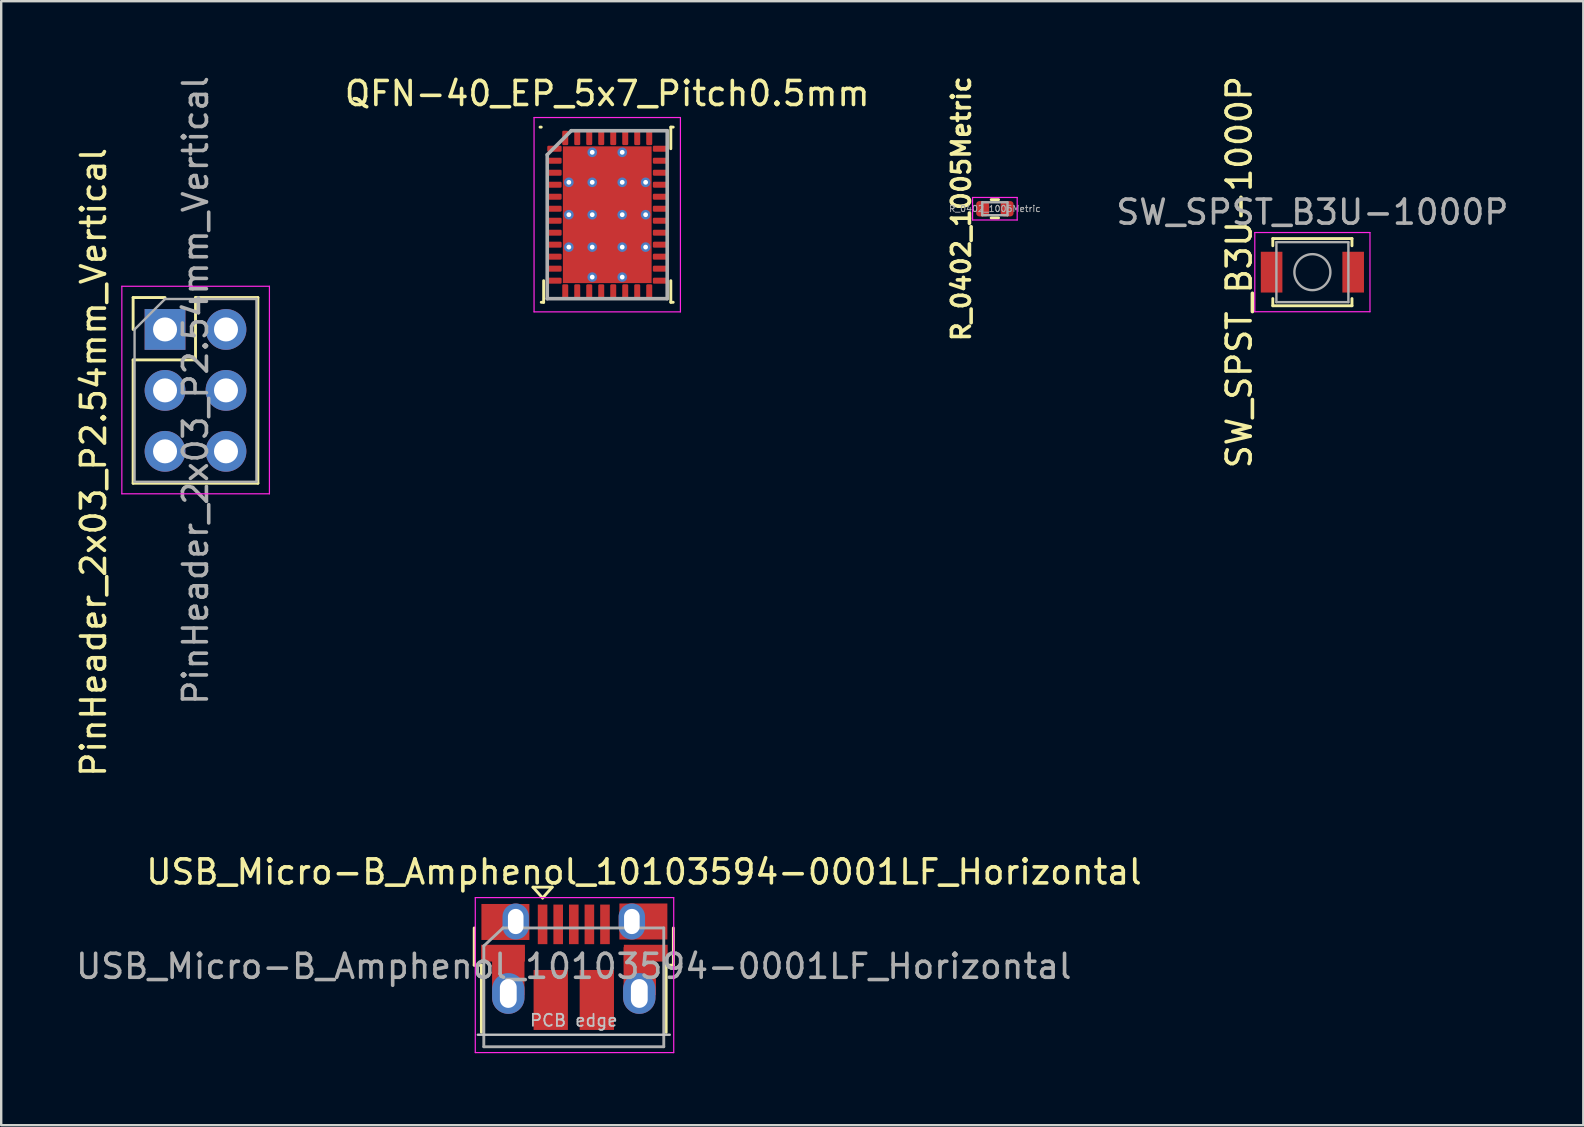
<source format=kicad_pcb>
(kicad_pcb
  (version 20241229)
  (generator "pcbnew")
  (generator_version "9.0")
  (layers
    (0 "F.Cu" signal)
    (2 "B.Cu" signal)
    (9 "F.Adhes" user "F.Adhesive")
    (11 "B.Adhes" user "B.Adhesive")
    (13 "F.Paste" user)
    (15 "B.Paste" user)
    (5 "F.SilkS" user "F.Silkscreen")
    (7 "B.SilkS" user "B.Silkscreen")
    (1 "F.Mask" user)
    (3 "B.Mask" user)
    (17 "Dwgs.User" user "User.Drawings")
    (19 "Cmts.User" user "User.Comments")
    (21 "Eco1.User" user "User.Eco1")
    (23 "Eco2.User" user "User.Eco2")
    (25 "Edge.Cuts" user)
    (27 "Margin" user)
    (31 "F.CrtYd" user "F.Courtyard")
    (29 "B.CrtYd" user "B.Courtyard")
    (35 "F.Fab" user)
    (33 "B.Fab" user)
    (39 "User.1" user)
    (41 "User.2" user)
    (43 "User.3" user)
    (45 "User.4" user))
  (footprint "SW_SPST_B3U-1000P"
    (layer "F.Cu")
    (at 51.645 8.292)
    (property "Reference" "SW_SPST_B3U-1000P" (at -3.05 0 270) (layer "F.SilkS") (effects (font (size 1 1) (thickness 0.15))))
    (attr smd)
    (fp_line (start -1.65 -1.4) (end 1.65 -1.4) (stroke (width 0.12) (type solid)) (layer "F.SilkS"))
    (fp_line (start -1.65 -1.1) (end -1.65 -1.4) (stroke (width 0.12) (type solid)) (layer "F.SilkS"))
    (fp_line (start -1.65 1.1) (end -1.65 1.4) (stroke (width 0.12) (type solid)) (layer "F.SilkS"))
    (fp_line (start -1.65 1.4) (end 1.65 1.4) (stroke (width 0.12) (type solid)) (layer "F.SilkS"))
    (fp_line (start 1.65 -1.4) (end 1.65 -1.1) (stroke (width 0.12) (type solid)) (layer "F.SilkS"))
    (fp_line (start 1.65 1.4) (end 1.65 1.1) (stroke (width 0.12) (type solid)) (layer "F.SilkS"))
    (fp_line (start -2.4 -1.65) (end -2.4 1.65) (stroke (width 0.05) (type solid)) (layer "F.CrtYd"))
    (fp_line (start -2.4 1.65) (end 2.4 1.65) (stroke (width 0.05) (type solid)) (layer "F.CrtYd"))
    (fp_line (start 2.4 -1.65) (end -2.4 -1.65) (stroke (width 0.05) (type solid)) (layer "F.CrtYd"))
    (fp_line (start 2.4 1.65) (end 2.4 -1.65) (stroke (width 0.05) (type solid)) (layer "F.CrtYd"))
    (fp_line (start -1.5 -1.25) (end 1.5 -1.25) (stroke (width 0.1) (type solid)) (layer "F.Fab"))
    (fp_line (start -1.5 1.25) (end -1.5 -1.25) (stroke (width 0.1) (type solid)) (layer "F.Fab"))
    (fp_line (start 1.5 -1.25) (end 1.5 1.25) (stroke (width 0.1) (type solid)) (layer "F.Fab"))
    (fp_line (start 1.5 1.25) (end -1.5 1.25) (stroke (width 0.1) (type solid)) (layer "F.Fab"))
    (fp_circle (center 0 0) (end 0.75 0) (stroke (width 0.1) (type solid)) (fill no) (layer "F.Fab"))
    (fp_text user "${REFERENCE}" (at 0 -2.5 180) (layer "F.Fab") (effects (font (size 1 1) (thickness 0.15))))
    (pad "1" smd rect (at -1.7 0) (size 0.9 1.7) (layers "F.Cu" "F.Mask" "F.Paste"))
    (pad "2" smd rect (at 1.7 0) (size 0.9 1.7) (layers "F.Cu" "F.Mask" "F.Paste")))
  (footprint "R_0402_1005Metric"
    (layer "F.Cu")
    (at 38.412 5.65)
    (property "Reference" "R_0402_1005Metric" (at -1.4 0 90) (layer "F.SilkS") (effects (font (size 0.75 0.75) (thickness 0.15))))
    (attr smd)
    (fp_line (start -0.154 -0.38) (end 0.154 -0.38) (stroke (width 0.12) (type solid)) (layer "F.SilkS"))
    (fp_line (start -0.154 0.38) (end 0.154 0.38) (stroke (width 0.12) (type solid)) (layer "F.SilkS"))
    (fp_line (start -0.93 -0.47) (end 0.93 -0.47) (stroke (width 0.05) (type solid)) (layer "F.CrtYd"))
    (fp_line (start -0.93 0.47) (end -0.93 -0.47) (stroke (width 0.05) (type solid)) (layer "F.CrtYd"))
    (fp_line (start 0.93 -0.47) (end 0.93 0.47) (stroke (width 0.05) (type solid)) (layer "F.CrtYd"))
    (fp_line (start 0.93 0.47) (end -0.93 0.47) (stroke (width 0.05) (type solid)) (layer "F.CrtYd"))
    (fp_line (start -0.525 -0.27) (end 0.525 -0.27) (stroke (width 0.1) (type solid)) (layer "F.Fab"))
    (fp_line (start -0.525 0.27) (end -0.525 -0.27) (stroke (width 0.1) (type solid)) (layer "F.Fab"))
    (fp_line (start 0.525 -0.27) (end 0.525 0.27) (stroke (width 0.1) (type solid)) (layer "F.Fab"))
    (fp_line (start 0.525 0.27) (end -0.525 0.27) (stroke (width 0.1) (type solid)) (layer "F.Fab"))
    (fp_text user "${REFERENCE}" (at 0 0 180) (layer "F.Fab") (effects (font (size 0.26 0.26) (thickness 0.04))))
    (pad "1" smd roundrect (at -0.51 0) (size 0.54 0.64) (layers "F.Cu" "F.Mask" "F.Paste") (roundrect_rratio 0.25))
    (pad "2" smd roundrect (at 0.51 0) (size 0.54 0.64) (layers "F.Cu" "F.Mask" "F.Paste") (roundrect_rratio 0.25)))
  (footprint "PinHeader_2x03_P2.54mm_Vertical"
    (layer "F.Cu")
    (at 5.098 13.22)
    (property "Reference" "PinHeader_2x03_P2.54mm_Vertical" (at -4.25 3 90) (layer "F.SilkS") (effects (font (size 1 1) (thickness 0.15))))
    (attr through_hole)
    (fp_line (start -2.6 -3.87) (end -1.27 -3.87) (stroke (width 0.12) (type solid)) (layer "F.SilkS"))
    (fp_line (start -2.6 -2.54) (end -2.6 -3.87) (stroke (width 0.12) (type solid)) (layer "F.SilkS"))
    (fp_line (start -2.6 -1.27) (end -2.6 3.87) (stroke (width 0.12) (type solid)) (layer "F.SilkS"))
    (fp_line (start -2.6 -1.27) (end 0 -1.27) (stroke (width 0.12) (type solid)) (layer "F.SilkS"))
    (fp_line (start -2.6 3.87) (end 2.6 3.87) (stroke (width 0.12) (type solid)) (layer "F.SilkS"))
    (fp_line (start 0 -3.87) (end 2.6 -3.87) (stroke (width 0.12) (type solid)) (layer "F.SilkS"))
    (fp_line (start 0 -1.27) (end 0 -3.87) (stroke (width 0.12) (type solid)) (layer "F.SilkS"))
    (fp_line (start 2.6 -3.87) (end 2.6 3.87) (stroke (width 0.12) (type solid)) (layer "F.SilkS"))
    (fp_line (start -3.07 -4.34) (end -3.07 4.31) (stroke (width 0.05) (type solid)) (layer "F.CrtYd"))
    (fp_line (start -3.07 4.31) (end 3.08 4.31) (stroke (width 0.05) (type solid)) (layer "F.CrtYd"))
    (fp_line (start 3.08 -4.34) (end -3.07 -4.34) (stroke (width 0.05) (type solid)) (layer "F.CrtYd"))
    (fp_line (start 3.08 4.31) (end 3.08 -4.34) (stroke (width 0.05) (type solid)) (layer "F.CrtYd"))
    (fp_line (start -2.54 -2.54) (end -1.27 -3.81) (stroke (width 0.1) (type solid)) (layer "F.Fab"))
    (fp_line (start -2.54 3.81) (end -2.54 -2.54) (stroke (width 0.1) (type solid)) (layer "F.Fab"))
    (fp_line (start -1.27 -3.81) (end 2.54 -3.81) (stroke (width 0.1) (type solid)) (layer "F.Fab"))
    (fp_line (start 2.54 -3.81) (end 2.54 3.81) (stroke (width 0.1) (type solid)) (layer "F.Fab"))
    (fp_line (start 2.54 3.81) (end -2.54 3.81) (stroke (width 0.1) (type solid)) (layer "F.Fab"))
    (fp_text user "${REFERENCE}" (at 0 0 270) (layer "F.Fab") (effects (font (size 1 1) (thickness 0.15))))
    (pad "1" thru_hole rect (at -1.27 -2.54) (size 1.7 1.7) (drill 1) (layers "*.Cu" "*.Mask"))
    (pad "2" thru_hole oval (at 1.27 -2.54) (size 1.7 1.7) (drill 1) (layers "*.Cu" "*.Mask"))
    (pad "3" thru_hole oval (at -1.27 0) (size 1.7 1.7) (drill 1) (layers "*.Cu" "*.Mask"))
    (pad "4" thru_hole oval (at 1.27 0) (size 1.7 1.7) (drill 1) (layers "*.Cu" "*.Mask"))
    (pad "5" thru_hole oval (at -1.27 2.54) (size 1.7 1.7) (drill 1) (layers "*.Cu" "*.Mask"))
    (pad "6" thru_hole oval (at 1.27 2.54) (size 1.7 1.7) (drill 1) (layers "*.Cu" "*.Mask")))
  (footprint "QFN-40_EP_5x7_Pitch0.5mm"
    (layer "F.Cu")
    (at 22.257 5.898)
    (property "Reference" "QFN-40_EP_5x7_Pitch0.5mm" (at 0 -5.05 0) (layer "F.SilkS") (effects (font (size 1 1) (thickness 0.15))))
    (attr smd)
    (fp_line (start -2.75 -3.65) (end -2.8 -3.65) (stroke (width 0.12) (type solid)) (layer "F.SilkS"))
    (fp_line (start -2.75 3.65) (end -2.65 3.65) (stroke (width 0.12) (type solid)) (layer "F.SilkS"))
    (fp_line (start -2.65 3.65) (end -2.65 2.75) (stroke (width 0.12) (type solid)) (layer "F.SilkS"))
    (fp_line (start 2.65 -3.65) (end 2.65 -2.75) (stroke (width 0.12) (type solid)) (layer "F.SilkS"))
    (fp_line (start 2.65 3.65) (end 2.65 2.75) (stroke (width 0.12) (type solid)) (layer "F.SilkS"))
    (fp_line (start 2.75 -3.65) (end 2.65 -3.65) (stroke (width 0.12) (type solid)) (layer "F.SilkS"))
    (fp_line (start 2.75 3.65) (end 2.65 3.65) (stroke (width 0.12) (type solid)) (layer "F.SilkS"))
    (fp_line (start -3.05 -4.05) (end 3.05 -4.05) (stroke (width 0.05) (type solid)) (layer "F.CrtYd"))
    (fp_line (start -3.05 4.05) (end -3.05 -4.05) (stroke (width 0.05) (type solid)) (layer "F.CrtYd"))
    (fp_line (start 3.05 -4.05) (end 3.05 4.05) (stroke (width 0.05) (type solid)) (layer "F.CrtYd"))
    (fp_line (start 3.05 4.05) (end -3.05 4.05) (stroke (width 0.05) (type solid)) (layer "F.CrtYd"))
    (fp_line (start -2.5 -2.5) (end -2.5 3.5) (stroke (width 0.15) (type solid)) (layer "F.Fab"))
    (fp_line (start -2.5 3.5) (end 2.5 3.5) (stroke (width 0.15) (type solid)) (layer "F.Fab"))
    (fp_line (start -1.5 -3.5) (end -2.5 -2.5) (stroke (width 0.15) (type solid)) (layer "F.Fab"))
    (fp_line (start 2.5 -3.5) (end -1.5 -3.5) (stroke (width 0.15) (type solid)) (layer "F.Fab"))
    (fp_line (start 2.5 3.5) (end 2.5 -3.5) (stroke (width 0.15) (type solid)) (layer "F.Fab"))
    (pad "1" smd roundrect (at -2.2 -2.75 90) (size 0.25 0.6) (layers "F.Cu" "F.Mask" "F.Paste") (roundrect_rratio 0.2))
    (pad "2" smd roundrect (at -2.2 -2.25 90) (size 0.25 0.6) (layers "F.Cu" "F.Mask" "F.Paste") (roundrect_rratio 0.2))
    (pad "3" smd roundrect (at -2.2 -1.75 90) (size 0.25 0.6) (layers "F.Cu" "F.Mask" "F.Paste") (roundrect_rratio 0.2))
    (pad "4" smd roundrect (at -2.2 -1.25 90) (size 0.25 0.6) (layers "F.Cu" "F.Mask" "F.Paste") (roundrect_rratio 0.2))
    (pad "5" smd roundrect (at -2.2 -0.75 90) (size 0.25 0.6) (layers "F.Cu" "F.Mask" "F.Paste") (roundrect_rratio 0.2))
    (pad "6" smd roundrect (at -2.2 -0.25 90) (size 0.25 0.6) (layers "F.Cu" "F.Mask" "F.Paste") (roundrect_rratio 0.2))
    (pad "7" smd roundrect (at -2.2 0.25 90) (size 0.25 0.6) (layers "F.Cu" "F.Mask" "F.Paste") (roundrect_rratio 0.2))
    (pad "8" smd roundrect (at -2.2 0.75 90) (size 0.25 0.6) (layers "F.Cu" "F.Mask" "F.Paste") (roundrect_rratio 0.2))
    (pad "9" smd roundrect (at -2.2 1.25 90) (size 0.25 0.6) (layers "F.Cu" "F.Mask" "F.Paste") (roundrect_rratio 0.2))
    (pad "10" smd roundrect (at -2.2 1.75 90) (size 0.25 0.6) (layers "F.Cu" "F.Mask" "F.Paste") (roundrect_rratio 0.2))
    (pad "11" smd roundrect (at -2.2 2.25 90) (size 0.25 0.6) (layers "F.Cu" "F.Mask" "F.Paste") (roundrect_rratio 0.2))
    (pad "12" smd roundrect (at -2.2 2.75 90) (size 0.25 0.6) (layers "F.Cu" "F.Mask" "F.Paste") (roundrect_rratio 0.2))
    (pad "13" smd roundrect (at -1.75 3.2 180) (size 0.25 0.6) (layers "F.Cu" "F.Mask" "F.Paste") (roundrect_rratio 0.2))
    (pad "14" smd roundrect (at -1.25 3.2 180) (size 0.25 0.6) (layers "F.Cu" "F.Mask" "F.Paste") (roundrect_rratio 0.2))
    (pad "15" smd roundrect (at -0.75 3.2 180) (size 0.25 0.6) (layers "F.Cu" "F.Mask" "F.Paste") (roundrect_rratio 0.2))
    (pad "16" smd roundrect (at -0.25 3.2 180) (size 0.25 0.6) (layers "F.Cu" "F.Mask" "F.Paste") (roundrect_rratio 0.2))
    (pad "17" smd roundrect (at 0.25 3.2 180) (size 0.25 0.6) (layers "F.Cu" "F.Mask" "F.Paste") (roundrect_rratio 0.2))
    (pad "18" smd roundrect (at 0.75 3.2 180) (size 0.25 0.6) (layers "F.Cu" "F.Mask" "F.Paste") (roundrect_rratio 0.2))
    (pad "19" smd roundrect (at 1.25 3.2 180) (size 0.25 0.6) (layers "F.Cu" "F.Mask" "F.Paste") (roundrect_rratio 0.2))
    (pad "20" smd roundrect (at 1.75 3.2 180) (size 0.25 0.6) (layers "F.Cu" "F.Mask" "F.Paste") (roundrect_rratio 0.2))
    (pad "21" smd roundrect (at 2.2 2.75 90) (size 0.25 0.6) (layers "F.Cu" "F.Mask" "F.Paste") (roundrect_rratio 0.2))
    (pad "22" smd roundrect (at 2.2 2.25 90) (size 0.25 0.6) (layers "F.Cu" "F.Mask" "F.Paste") (roundrect_rratio 0.2))
    (pad "23" smd roundrect (at 2.2 1.75 90) (size 0.25 0.6) (layers "F.Cu" "F.Mask" "F.Paste") (roundrect_rratio 0.2))
    (pad "24" smd roundrect (at 2.2 1.25 90) (size 0.25 0.6) (layers "F.Cu" "F.Mask" "F.Paste") (roundrect_rratio 0.2))
    (pad "25" smd roundrect (at 2.2 0.75 90) (size 0.25 0.6) (layers "F.Cu" "F.Mask" "F.Paste") (roundrect_rratio 0.2))
    (pad "26" smd roundrect (at 2.2 0.25 90) (size 0.25 0.6) (layers "F.Cu" "F.Mask" "F.Paste") (roundrect_rratio 0.2))
    (pad "27" smd roundrect (at 2.2 -0.25 90) (size 0.25 0.6) (layers "F.Cu" "F.Mask" "F.Paste") (roundrect_rratio 0.2))
    (pad "28" smd roundrect (at 2.2 -0.75 90) (size 0.25 0.6) (layers "F.Cu" "F.Mask" "F.Paste") (roundrect_rratio 0.2))
    (pad "29" smd roundrect (at 2.2 -1.25 90) (size 0.25 0.6) (layers "F.Cu" "F.Mask" "F.Paste") (roundrect_rratio 0.2))
    (pad "30" smd roundrect (at 2.2 -1.75 90) (size 0.25 0.6) (layers "F.Cu" "F.Mask" "F.Paste") (roundrect_rratio 0.2))
    (pad "31" smd roundrect (at 2.2 -2.25 90) (size 0.25 0.6) (layers "F.Cu" "F.Mask" "F.Paste") (roundrect_rratio 0.2))
    (pad "32" smd roundrect (at 2.2 -2.75 90) (size 0.25 0.6) (layers "F.Cu" "F.Mask" "F.Paste") (roundrect_rratio 0.2))
    (pad "33" smd roundrect (at 1.75 -3.2 180) (size 0.25 0.6) (layers "F.Cu" "F.Mask" "F.Paste") (roundrect_rratio 0.2))
    (pad "34" smd roundrect (at 1.25 -3.2 180) (size 0.25 0.6) (layers "F.Cu" "F.Mask" "F.Paste") (roundrect_rratio 0.2))
    (pad "35" smd roundrect (at 0.75 -3.2 180) (size 0.25 0.6) (layers "F.Cu" "F.Mask" "F.Paste") (roundrect_rratio 0.2))
    (pad "36" smd roundrect (at 0.25 -3.2 180) (size 0.25 0.6) (layers "F.Cu" "F.Mask" "F.Paste") (roundrect_rratio 0.2))
    (pad "37" smd roundrect (at -0.25 -3.2 180) (size 0.25 0.6) (layers "F.Cu" "F.Mask" "F.Paste") (roundrect_rratio 0.2))
    (pad "38" smd roundrect (at -0.75 -3.2 180) (size 0.25 0.6) (layers "F.Cu" "F.Mask" "F.Paste") (roundrect_rratio 0.2))
    (pad "39" smd roundrect (at -1.25 -3.2 180) (size 0.25 0.6) (layers "F.Cu" "F.Mask" "F.Paste") (roundrect_rratio 0.2))
    (pad "40" smd roundrect (at -1.75 -3.2 180) (size 0.25 0.6) (layers "F.Cu" "F.Mask" "F.Paste") (roundrect_rratio 0.2))
    (pad "41" thru_hole circle (at -1.6 -1.35) (size 0.4 0.4) (drill 0.2) (layers "*.Cu" "*.Mask"))
    (pad "41" thru_hole circle (at -1.6 0) (size 0.4 0.4) (drill 0.2) (layers "*.Cu" "*.Mask"))
    (pad "41" thru_hole circle (at -1.6 1.35) (size 0.4 0.4) (drill 0.2) (layers "*.Cu" "*.Mask"))
    (pad "41" thru_hole circle (at -0.625 -2.6) (size 0.4 0.4) (drill 0.2) (layers "*.Cu" "*.Mask"))
    (pad "41" thru_hole circle (at -0.625 -1.35) (size 0.4 0.4) (drill 0.2) (layers "*.Cu" "*.Mask"))
    (pad "41" thru_hole circle (at -0.625 0) (size 0.4 0.4) (drill 0.2) (layers "*.Cu" "*.Mask"))
    (pad "41" thru_hole circle (at -0.625 1.35) (size 0.4 0.4) (drill 0.2) (layers "*.Cu" "*.Mask"))
    (pad "41" thru_hole circle (at -0.625 2.6) (size 0.4 0.4) (drill 0.2) (layers "*.Cu" "*.Mask"))
    (pad "41" smd rect (at 0 0) (size 3.7 5.7) (layers "F.Cu" "F.Mask" "F.Paste"))
    (pad "41" thru_hole circle (at 0.625 -2.6) (size 0.4 0.4) (drill 0.2) (layers "*.Cu" "*.Mask"))
    (pad "41" thru_hole circle (at 0.625 -1.35) (size 0.4 0.4) (drill 0.2) (layers "*.Cu" "*.Mask"))
    (pad "41" thru_hole circle (at 0.625 0) (size 0.4 0.4) (drill 0.2) (layers "*.Cu" "*.Mask"))
    (pad "41" thru_hole circle (at 0.625 2.6) (size 0.4 0.4) (drill 0.2) (layers "*.Cu" "*.Mask"))
    (pad "41" thru_hole circle (at 1.6 -1.35) (size 0.4 0.4) (drill 0.2) (layers "*.Cu" "*.Mask"))
    (pad "41" thru_hole circle (at 1.6 0) (size 0.4 0.4) (drill 0.2) (layers "*.Cu" "*.Mask"))
    (pad "41" thru_hole circle (at 1.6 1.35) (size 0.4 0.4) (drill 0.2) (layers "*.Cu" "*.Mask"))
    (pad "42" thru_hole circle (at 0.625 1.35) (size 0.4 0.4) (drill 0.2) (layers "*.Cu" "*.Mask")))
  (footprint "USB_Micro-B_Amphenol_10103594-0001LF_Horizontal"
    (layer "F.Cu")
    (at 20.888 37.239)
    (property "Reference" "USB_Micro-B_Amphenol_10103594-0001LF_Horizontal" (at 2.9 -3.95 0) (layer "F.SilkS") (effects (font (size 1 1) (thickness 0.15))))
    (attr smd)
    (fp_line (start -4.175 -0.065) (end -4.175 -1.615) (stroke (width 0.12) (type solid)) (layer "F.SilkS"))
    (fp_line (start -4.175 -0.065) (end -3.875 -0.065) (stroke (width 0.12) (type solid)) (layer "F.SilkS"))
    (fp_line (start -3.875 2.735) (end -3.875 -0.065) (stroke (width 0.12) (type solid)) (layer "F.SilkS"))
    (fp_line (start -1.725 -3.315) (end -0.925 -3.315) (stroke (width 0.12) (type solid)) (layer "F.SilkS"))
    (fp_line (start -1.325 -2.865) (end -1.725 -3.315) (stroke (width 0.12) (type solid)) (layer "F.SilkS"))
    (fp_line (start -0.925 -3.315) (end -1.325 -2.865) (stroke (width 0.12) (type solid)) (layer "F.SilkS"))
    (fp_line (start 3.825 -0.065) (end 4.125 -0.065) (stroke (width 0.12) (type solid)) (layer "F.SilkS"))
    (fp_line (start 3.825 2.735) (end 3.825 -0.065) (stroke (width 0.12) (type solid)) (layer "F.SilkS"))
    (fp_line (start 4.125 -0.065) (end 4.125 -1.615) (stroke (width 0.12) (type solid)) (layer "F.SilkS"))
    (fp_line (start -4.025 2.835) (end 3.975 2.835) (stroke (width 0.1) (type solid)) (layer "Dwgs.User"))
    (fp_line (start -4.13 -2.88) (end -4.13 3.58) (stroke (width 0.05) (type solid)) (layer "F.CrtYd"))
    (fp_line (start -4.13 -2.88) (end 4.14 -2.88) (stroke (width 0.05) (type solid)) (layer "F.CrtYd"))
    (fp_line (start 4.14 3.58) (end -4.13 3.58) (stroke (width 0.05) (type solid)) (layer "F.CrtYd"))
    (fp_line (start 4.14 3.58) (end 4.14 -2.88) (stroke (width 0.05) (type solid)) (layer "F.CrtYd"))
    (fp_line (start -3.775 -0.865) (end -2.975 -1.615) (stroke (width 0.12) (type solid)) (layer "F.Fab"))
    (fp_line (start -3.775 3.335) (end -3.775 -0.865) (stroke (width 0.12) (type solid)) (layer "F.Fab"))
    (fp_line (start -2.975 -1.615) (end 3.725 -1.615) (stroke (width 0.12) (type solid)) (layer "F.Fab"))
    (fp_line (start 3.725 -1.615) (end 3.725 3.335) (stroke (width 0.12) (type solid)) (layer "F.Fab"))
    (fp_line (start 3.725 3.335) (end -3.775 3.335) (stroke (width 0.12) (type solid)) (layer "F.Fab"))
    (fp_text user "PCB edge" (at -0.025 2.235 0) (layer "Dwgs.User") (effects (font (size 0.5 0.5) (thickness 0.075))))
    (fp_text user "${REFERENCE}" (at -0.025 -0.015 0) (layer "F.Fab") (effects (font (size 1 1) (thickness 0.15))))
    (pad "1" smd rect (at -1.325 -1.765 90) (size 1.65 0.4) (layers "F.Cu" "F.Mask" "F.Paste"))
    (pad "2" smd rect (at -0.675 -1.765 90) (size 1.65 0.4) (layers "F.Cu" "F.Mask" "F.Paste"))
    (pad "3" smd rect (at -0.025 -1.765 90) (size 1.65 0.4) (layers "F.Cu" "F.Mask" "F.Paste"))
    (pad "4" smd rect (at 0.625 -1.765 90) (size 1.65 0.4) (layers "F.Cu" "F.Mask" "F.Paste"))
    (pad "5" smd rect (at 1.275 -1.765 90) (size 1.65 0.4) (layers "F.Cu" "F.Mask" "F.Paste"))
    (pad "6" smd rect (at -2.975 -0.565) (size 1.825 0.7) (layers "F.Cu" "F.Mask" "F.Paste"))
    (pad "6" smd rect (at -2.875 -1.865) (size 2 1.5) (layers "F.Cu" "F.Mask" "F.Paste"))
    (pad "6" smd rect (at -2.755 0.185) (size 1.35 2) (layers "F.Cu" "F.Mask" "F.Paste"))
    (pad "6" thru_hole oval (at -2.755 1.115 90) (size 1.7 1.35) (drill oval 1.2 0.7) (layers "*.Cu" "*.Mask"))
    (pad "6" thru_hole oval (at -2.445 -1.885 90) (size 1.5 1.1) (drill oval 1.05 0.65) (layers "*.Cu" "*.Mask"))
    (pad "6" smd rect (at -0.985 1.385 90) (size 2.5 1.43) (layers "F.Cu" "F.Mask" "F.Paste"))
    (pad "6" smd rect (at 0.935 1.385 90) (size 2.5 1.43) (layers "F.Cu" "F.Mask" "F.Paste"))
    (pad "6" thru_hole oval (at 2.395 -1.885 90) (size 1.5 1.1) (drill oval 1.05 0.65) (layers "*.Cu" "*.Mask"))
    (pad "6" thru_hole oval (at 2.705 1.115 90) (size 1.7 1.35) (drill oval 1.2 0.7) (layers "*.Cu" "*.Mask"))
    (pad "6" smd rect (at 2.725 0.185) (size 1.35 2) (layers "F.Cu" "F.Mask" "F.Paste"))
    (pad "6" smd rect (at 2.875 -1.885) (size 2 1.5) (layers "F.Cu" "F.Mask" "F.Paste"))
    (pad "6" smd rect (at 2.975 -0.565) (size 1.825 0.7) (layers "F.Cu" "F.Mask" "F.Paste")))
  (gr_rect
    (start -3 -3)
    (end 62.936 43.844)
    (stroke (width 0.1) (type default))
    (fill no)
    (layer "Edge.Cuts")))
</source>
